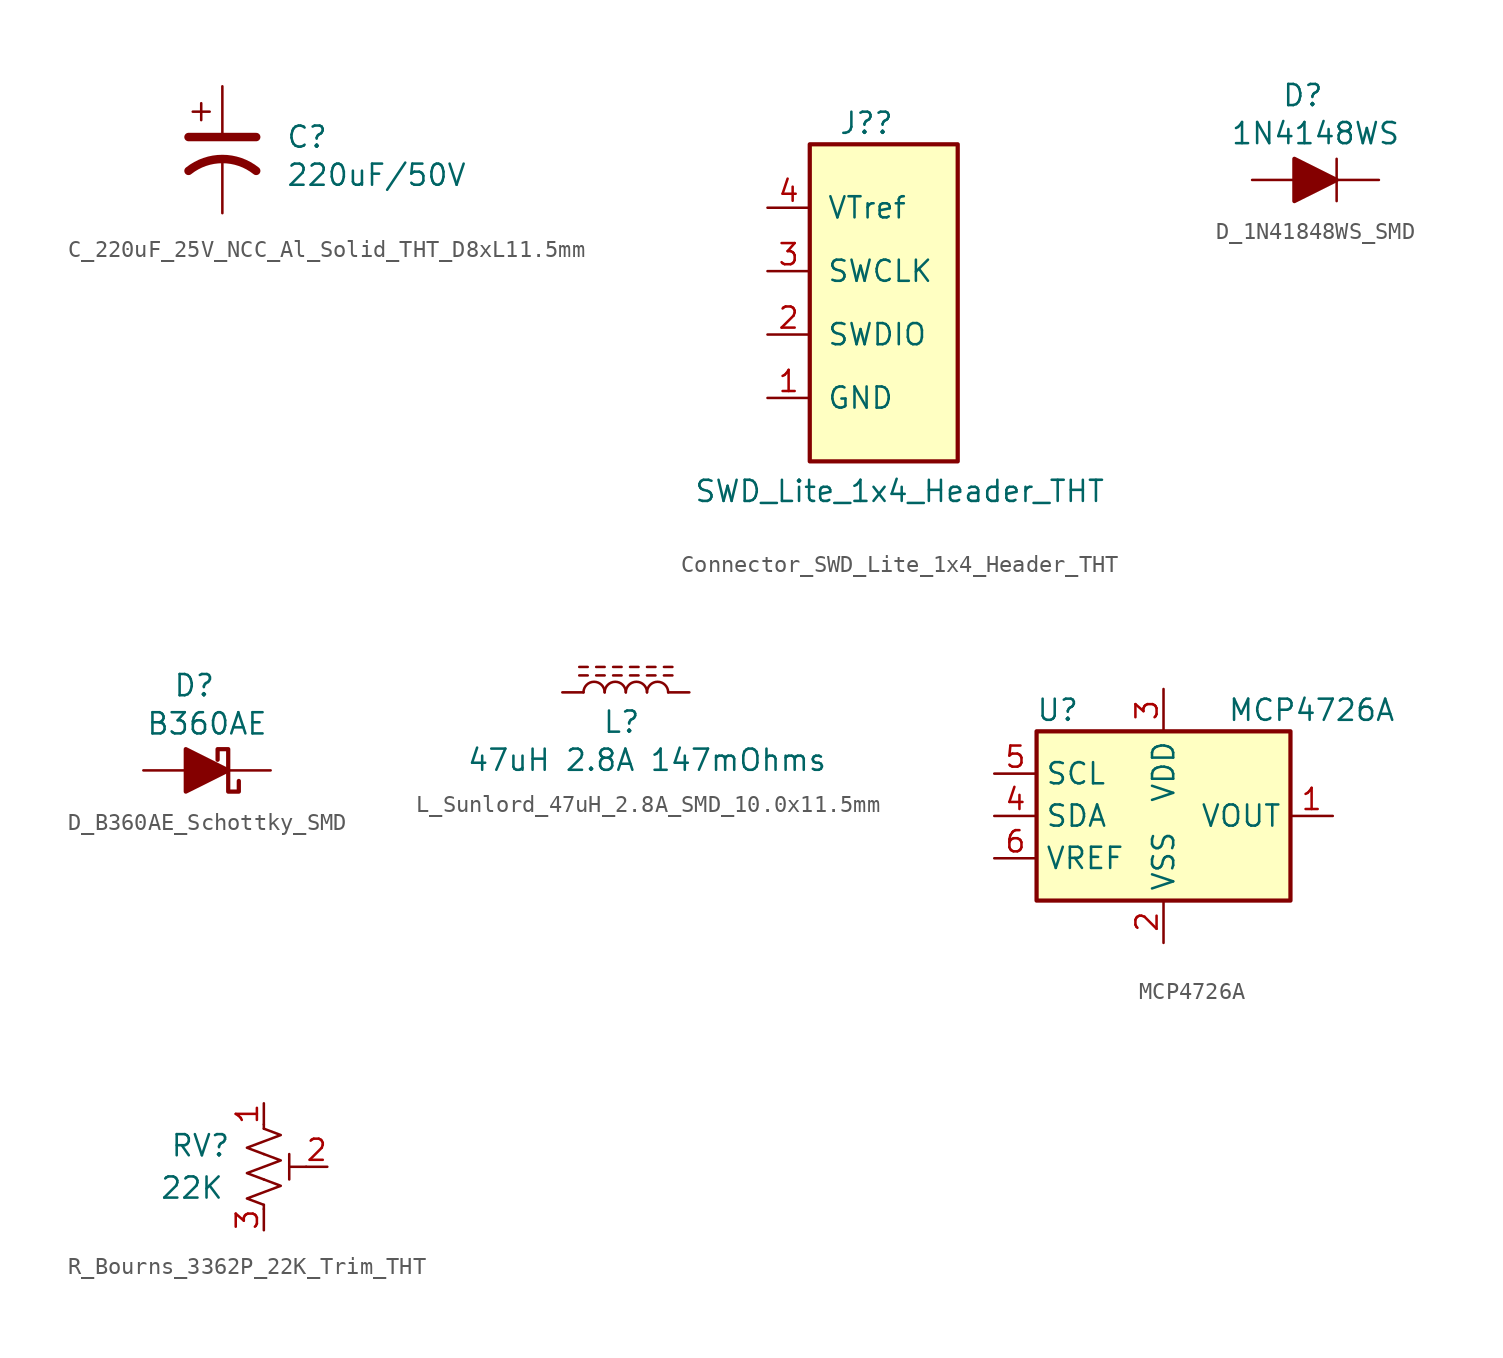
<source format=kicad_sym>
(kicad_symbol_lib
  (version 20241209)
  (generator "kicad_symbol_editor")
  (generator_version "9.0")
  (symbol "C_220uF_25V_NCC_Al_Solid_THT_D8xL11.5mm"
    (pin_numbers
      (hide yes))
    (pin_names
      (offset 0.254)
      (hide yes))
    (property "Reference" "C"
      (at 3.81 0.762 0)
      (effects (font (size 1.27 1.27)) (justify left)))
    (property "Value" "220uF/50V"
      (at 3.81 -1.524 0)
      (effects (font (size 1.27 1.27)) (justify left)))
    (symbol "C_220uF_25V_NCC_Al_Solid_THT_D8xL11.5mm_0_1"
      (polyline (pts (xy -2.032 0.762) (xy 2.032 0.762)) (stroke (width 0.508) (type default)) (fill (type none)))
      (polyline (pts (xy -1.778 2.286) (xy -0.762 2.286)) (stroke (width 0) (type default)) (fill (type none)))
      (polyline (pts (xy -1.27 1.778) (xy -1.27 2.794)) (stroke (width 0) (type default)) (fill (type none)))
      (arc (start -2.032 -1.27) (mid 0 -0.5572) (end 2.032 -1.27) (stroke (width 0.508) (type default)) (fill (type none))))
    (symbol "C_220uF_25V_NCC_Al_Solid_THT_D8xL11.5mm_1_1"
      (pin passive line (at 0 3.81 270) (length 2.794) (name "~" (effects (font (size 1.27 1.27)))) (number "1" (effects (font (size 1.27 1.27)))))
      (pin passive line (at 0 -3.81 90) (length 3.302) (name "~" (effects (font (size 1.27 1.27)))) (number "2" (effects (font (size 1.27 1.27)))))))
  (symbol "Connector_SWD_Lite_1x4_Header_THT"
    (pin_names
      (offset 1.016))
    (property "Reference" "J?"
      (at 1.27 16.51 0)
      (effects (font (size 1.27 1.27)) (justify right)))
    (property "Value" "SWD_Lite_1x4_Header_THT"
      (at 13.97 -6.35 0)
      (effects (font (size 1.27 1.27)) (justify right bottom)))
    (symbol "Connector_SWD_Lite_1x4_Header_THT_0_1"
      (rectangle (start -3.81 15.24) (end 5.08 -3.81) (stroke (width 0.254) (type default)) (fill (type background))))
    (symbol "Connector_SWD_Lite_1x4_Header_THT_1_1"
      (pin power_in line (at -6.35 11.43 0) (length 2.54) (name "VTref" (effects (font (size 1.27 1.27)))) (number "4" (effects (font (size 1.27 1.27)))))
      (pin input line (at -6.35 7.62 0) (length 2.54) (name "SWCLK" (effects (font (size 1.27 1.27)))) (number "3" (effects (font (size 1.27 1.27)))))
      (pin bidirectional line (at -6.35 3.81 0) (length 2.54) (name "SWDIO" (effects (font (size 1.27 1.27)))) (number "2" (effects (font (size 1.27 1.27)))))
      (pin power_in line (at -6.35 0 0) (length 2.54) (name "GND" (effects (font (size 1.27 1.27)))) (number "1" (effects (font (size 1.27 1.27)))))))
  (symbol "D_1N41848WS_SMD"
    (pin_numbers
      (hide yes))
    (pin_names
      (offset 1.016)
      (hide yes))
    (property "Reference" "D"
      (at 3.048 5.08 0)
      (effects (font (size 1.27 1.27))))
    (property "Value" "1N4148WS"
      (at 3.81 2.794 0)
      (effects (font (size 1.27 1.27))))
    (symbol "D_1N41848WS_SMD_0_1"
      (polyline (pts (xy 2.54 0) (xy 5.08 0)) (stroke (width 0) (type default)) (fill (type none)))
      (polyline (pts (xy 5.08 1.27) (xy 5.08 -1.27)) (stroke (width 0) (type default)) (fill (type none))))
    (symbol "D_1N41848WS_SMD_1_1"
      (polyline (pts (xy 2.54 -1.27) (xy 2.54 1.27) (xy 5.08 0) (xy 2.54 -1.27)) (stroke (width 0.254) (type default)) (fill (type outline)))
      (pin passive line (at 0 0 0) (length 2.54) (name "A" (effects (font (size 1.27 1.27)))) (number "2" (effects (font (size 1.27 1.27)))))
      (pin passive line (at 7.62 0 180) (length 2.54) (name "K" (effects (font (size 1.27 1.27)))) (number "1" (effects (font (size 1.27 1.27)))))))
  (symbol "D_B360AE_Schottky_SMD"
    (pin_numbers
      (hide yes))
    (pin_names
      (offset 1.016)
      (hide yes))
    (property "Reference" "D"
      (at 3.048 5.08 0)
      (effects (font (size 1.27 1.27))))
    (property "Value" "B360AE"
      (at 3.81 2.794 0)
      (effects (font (size 1.27 1.27))))
    (symbol "D_B360AE_Schottky_SMD_0_1"
      (polyline (pts (xy 2.54 0) (xy 5.08 0)) (stroke (width 0) (type default)) (fill (type none)))
      (polyline (pts (xy 5.715 -0.635) (xy 5.715 -1.27) (xy 5.08 -1.27) (xy 5.08 1.27) (xy 4.445 1.27) (xy 4.445 0.635)) (stroke (width 0.254) (type default)) (fill (type none))))
    (symbol "D_B360AE_Schottky_SMD_1_1"
      (polyline (pts (xy 2.54 -1.27) (xy 2.54 1.27) (xy 5.08 0) (xy 2.54 -1.27)) (stroke (width 0.254) (type default)) (fill (type outline)))
      (pin passive line (at 0 0 0) (length 2.54) (name "A" (effects (font (size 1.27 1.27)))) (number "2" (effects (font (size 1.27 1.27)))))
      (pin passive line (at 7.62 0 180) (length 2.54) (name "K" (effects (font (size 1.27 1.27)))) (number "1" (effects (font (size 1.27 1.27)))))))
  (symbol "L_Sunlord_47uH_2.8A_SMD_10.0x11.5mm"
    (pin_numbers
      (hide yes))
    (pin_names
      (offset 1.016)
      (hide yes))
    (property "Reference" "L"
      (at 3.556 -1.778 0)
      (effects (font (size 1.27 1.27))))
    (property "Value" "47uH 2.8A 147mOhms"
      (at 5.08 -4.064 0)
      (effects (font (size 1.27 1.27))))
    (symbol "L_Sunlord_47uH_2.8A_SMD_10.0x11.5mm_0_1"
      (polyline (pts (xy 1.016 1.524) (xy 1.524 1.524)) (stroke (width 0) (type default)) (fill (type none)))
      (polyline (pts (xy 1.524 1.016) (xy 1.016 1.016)) (stroke (width 0) (type default)) (fill (type none)))
      (arc (start 1.27 0) (mid 1.905 0.6323) (end 2.54 0) (stroke (width 0) (type default)) (fill (type none)))
      (polyline (pts (xy 2.032 1.524) (xy 2.54 1.524)) (stroke (width 0) (type default)) (fill (type none)))
      (polyline (pts (xy 2.54 1.016) (xy 2.032 1.016)) (stroke (width 0) (type default)) (fill (type none)))
      (polyline (pts (xy 3.048 1.524) (xy 3.556 1.524)) (stroke (width 0) (type default)) (fill (type none)))
      (arc (start 2.54 0) (mid 3.175 0.6323) (end 3.81 0) (stroke (width 0) (type default)) (fill (type none)))
      (polyline (pts (xy 3.556 1.016) (xy 3.048 1.016)) (stroke (width 0) (type default)) (fill (type none)))
      (polyline (pts (xy 4.064 1.524) (xy 4.572 1.524)) (stroke (width 0) (type default)) (fill (type none)))
      (arc (start 3.81 0) (mid 4.445 0.6323) (end 5.08 0) (stroke (width 0) (type default)) (fill (type none)))
      (polyline (pts (xy 4.572 1.016) (xy 4.064 1.016)) (stroke (width 0) (type default)) (fill (type none)))
      (polyline (pts (xy 5.08 1.524) (xy 5.588 1.524)) (stroke (width 0) (type default)) (fill (type none)))
      (polyline (pts (xy 5.588 1.016) (xy 5.08 1.016)) (stroke (width 0) (type default)) (fill (type none)))
      (arc (start 5.08 0) (mid 5.715 0.6323) (end 6.35 0) (stroke (width 0) (type default)) (fill (type none)))
      (polyline (pts (xy 6.096 1.524) (xy 6.604 1.524)) (stroke (width 0) (type default)) (fill (type none)))
      (polyline (pts (xy 6.604 1.016) (xy 6.096 1.016)) (stroke (width 0) (type default)) (fill (type none))))
    (symbol "L_Sunlord_47uH_2.8A_SMD_10.0x11.5mm_1_1"
      (pin passive line (at 0 0 0) (length 1.27) (name "1" (effects (font (size 1.27 1.27)))) (number "1" (effects (font (size 1.27 1.27)))))
      (pin passive line (at 7.62 0 180) (length 1.27) (name "2" (effects (font (size 1.27 1.27)))) (number "2" (effects (font (size 1.27 1.27)))))))
  (symbol "MCP4726A"
    (property "Reference" "U"
      (at -6.35 6.35 0)
      (effects (font (size 1.27 1.27))))
    (property "Value" "MCP4726A"
      (at 8.89 6.35 0)
      (effects (font (size 1.27 1.27))))
    (symbol "MCP4726A_0_1"
      (rectangle (start -7.62 5.08) (end 7.62 -5.08) (stroke (width 0.254) (type default)) (fill (type background))))
    (symbol "MCP4726A_1_1"
      (pin input line (at -10.16 2.54 0) (length 2.54) (name "SCL" (effects (font (size 1.27 1.27)))) (number "5" (effects (font (size 1.27 1.27)))))
      (pin bidirectional line (at -10.16 0 0) (length 2.54) (name "SDA" (effects (font (size 1.27 1.27)))) (number "4" (effects (font (size 1.27 1.27)))))
      (pin input line (at -10.16 -2.54 0) (length 2.54) (name "VREF" (effects (font (size 1.27 1.27)))) (number "6" (effects (font (size 1.27 1.27)))))
      (pin power_in line (at 0 7.62 270) (length 2.54) (name "VDD" (effects (font (size 1.27 1.27)))) (number "3" (effects (font (size 1.27 1.27)))))
      (pin power_in line (at 0 -7.62 90) (length 2.54) (name "VSS" (effects (font (size 1.27 1.27)))) (number "2" (effects (font (size 1.27 1.27)))))
      (pin output line (at 10.16 0 180) (length 2.54) (name "VOUT" (effects (font (size 1.27 1.27)))) (number "1" (effects (font (size 1.27 1.27)))))))
  (symbol "R_Bourns_3362P_22K_Trim_THT"
    (pin_names
      (offset 1.016)
      (hide yes))
    (property "Reference" "RV"
      (at -3.81 1.27 0)
      (effects (font (size 1.27 1.27))))
    (property "Value" "22K"
      (at -4.318 -1.27 0)
      (effects (font (size 1.27 1.27))))
    (symbol "R_Bourns_3362P_22K_Trim_THT_0_1"
      (polyline (pts (xy 0 2.286) (xy 0 2.54)) (stroke (width 0) (type default)) (fill (type none)))
      (polyline (pts (xy 0 2.286) (xy 1.016 1.905) (xy 0 1.524) (xy -1.016 1.143) (xy 0 0.762)) (stroke (width 0) (type default)) (fill (type none)))
      (polyline (pts (xy 0 0.762) (xy 1.016 0.381) (xy 0 0) (xy -1.016 -0.381) (xy 0 -0.762)) (stroke (width 0) (type default)) (fill (type none)))
      (polyline (pts (xy 0 -0.762) (xy 1.016 -1.143) (xy 0 -1.524) (xy -1.016 -1.905) (xy 0 -2.286)) (stroke (width 0) (type default)) (fill (type none)))
      (polyline (pts (xy 0 -2.286) (xy 0 -2.54)) (stroke (width 0) (type default)) (fill (type none)))
      (polyline (pts (xy 1.524 0.762) (xy 1.524 -0.762)) (stroke (width 0) (type default)) (fill (type none)))
      (polyline (pts (xy 2.54 0) (xy 1.524 0)) (stroke (width 0) (type default)) (fill (type none))))
    (symbol "R_Bourns_3362P_22K_Trim_THT_1_1"
      (pin passive line (at 0 3.81 270) (length 1.27) (name "1" (effects (font (size 1.27 1.27)))) (number "1" (effects (font (size 1.27 1.27)))))
      (pin passive line (at 0 -3.81 90) (length 1.27) (name "3" (effects (font (size 1.27 1.27)))) (number "3" (effects (font (size 1.27 1.27)))))
      (pin passive line (at 3.81 0 180) (length 1.27) (name "2" (effects (font (size 1.27 1.27)))) (number "2" (effects (font (size 1.27 1.27))))))))
</source>
